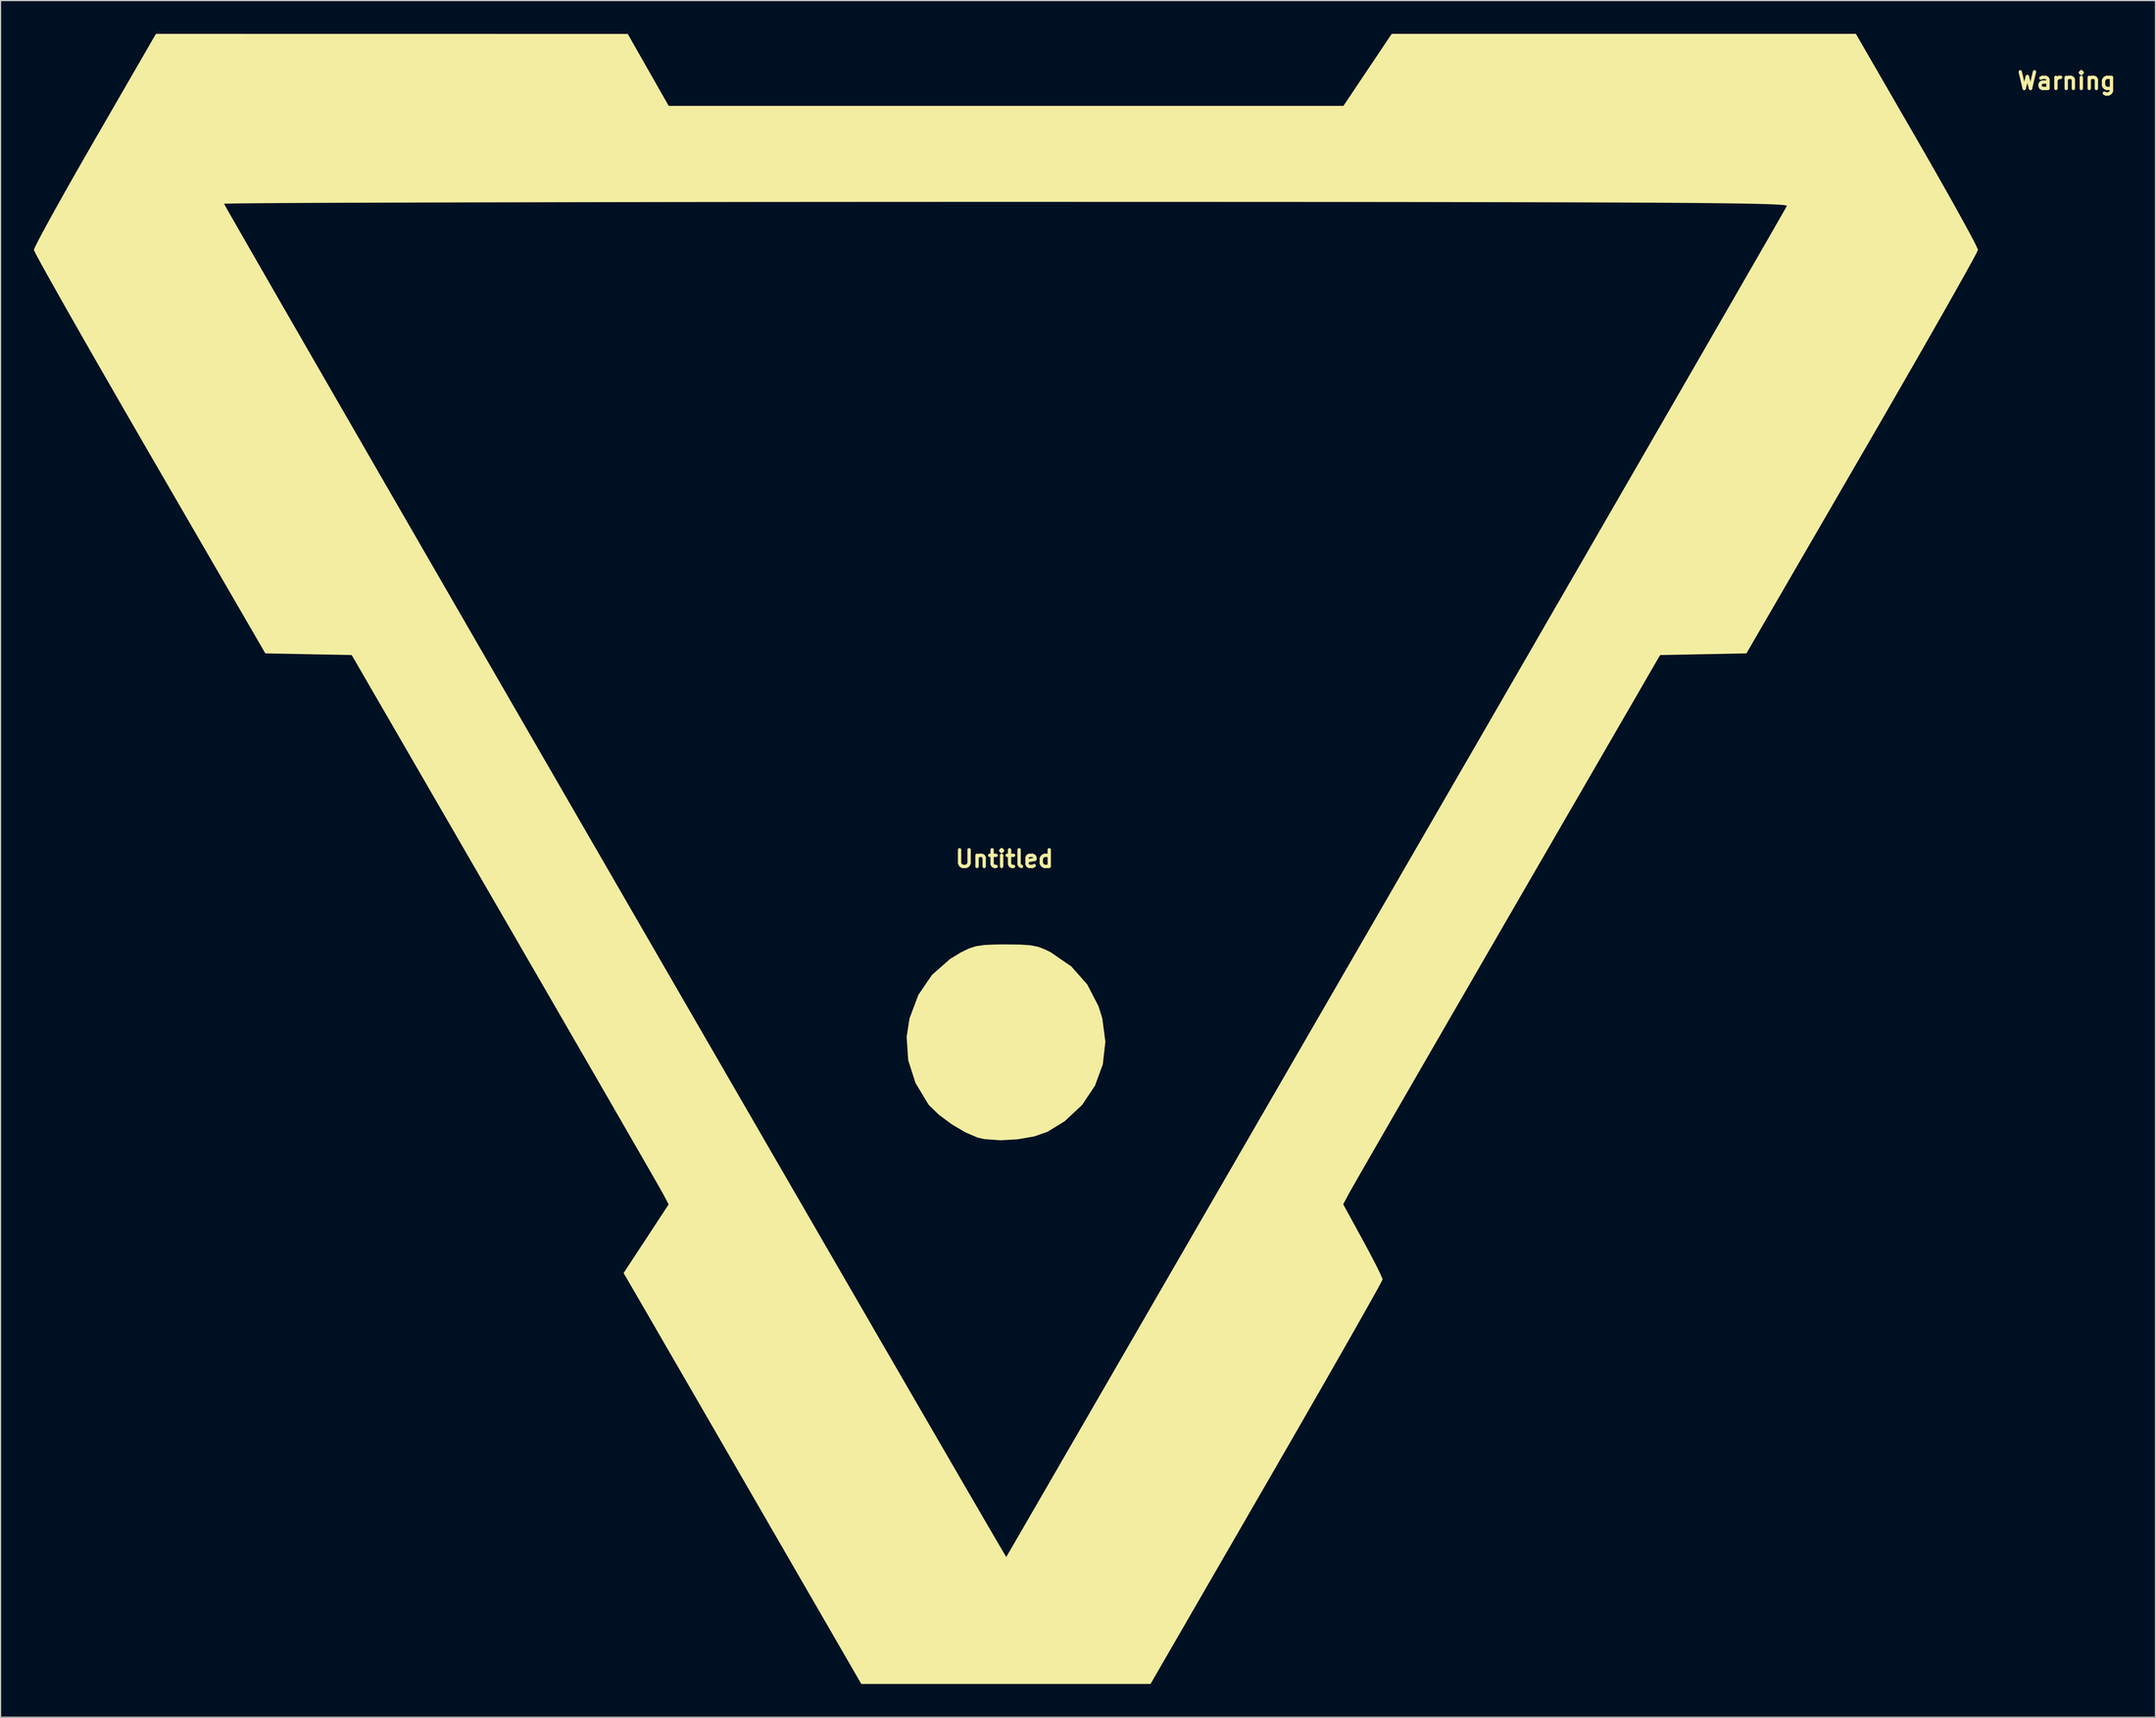
<source format=kicad_pcb>
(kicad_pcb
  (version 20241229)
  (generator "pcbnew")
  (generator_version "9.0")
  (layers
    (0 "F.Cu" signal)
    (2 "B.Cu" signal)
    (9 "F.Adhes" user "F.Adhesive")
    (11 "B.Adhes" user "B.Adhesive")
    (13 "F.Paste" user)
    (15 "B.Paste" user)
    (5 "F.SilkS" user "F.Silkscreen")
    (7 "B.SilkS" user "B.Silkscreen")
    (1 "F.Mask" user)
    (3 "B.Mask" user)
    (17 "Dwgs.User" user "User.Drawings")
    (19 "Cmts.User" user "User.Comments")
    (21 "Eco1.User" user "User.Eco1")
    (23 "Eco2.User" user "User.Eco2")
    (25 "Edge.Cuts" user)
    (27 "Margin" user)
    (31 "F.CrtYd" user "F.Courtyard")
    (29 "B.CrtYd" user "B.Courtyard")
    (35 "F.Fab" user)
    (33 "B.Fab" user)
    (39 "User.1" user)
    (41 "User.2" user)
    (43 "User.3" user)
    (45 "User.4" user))
  (footprint "Untitled"
    (layer "F.Cu")
    (at 87.378 74.309)
    (property "Reference" "Untitled" (at 0 0 0) (layer "F.SilkS") (effects (font (size 1.5 1.5) (thickness 0.3))))
    (attr board_only exclude_from_pos_files exclude_from_bom)
    (fp_poly (pts (xy 1.437 7.717) (xy 2.36 7.782) (xy 3.063 7.926) (xy 3.707 8.177) (xy 4.188 8.421) (xy 6.027 9.688) (xy 7.457 11.306) (xy 8.469 13.264) (xy 8.813 14.36) (xy 9.09 16.467) (xy 8.858 18.513) (xy 8.15 20.432) (xy 6.998 22.158) (xy 5.433 23.624) (xy 3.877 24.581) (xy 2.679 24.996) (xy 1.183 25.256) (xy -0.387 25.343) (xy -1.807 25.238) (xy -2.406 25.103) (xy -3.512 24.632) (xy -4.736 23.907) (xy -5.88 23.062) (xy -6.744 22.231) (xy -6.85 22.099) (xy -8.006 20.179) (xy -8.661 18.133) (xy -8.803 16.026) (xy -8.545 14.369) (xy -7.745 12.243) (xy -6.523 10.453) (xy -4.889 9.01) (xy -3.918 8.421) (xy -3.223 8.082) (xy -2.578 7.869) (xy -1.821 7.754) (xy -0.793 7.708) (xy 0.135 7.701)) (stroke (width 0) (type solid)) (fill yes) (layer "F.SilkS"))
    (fp_poly (pts (xy 82.161 -64.784) (xy 83.355 -62.707) (xy 84.459 -60.767) (xy 85.444 -59.015) (xy 86.282 -57.503) (xy 86.945 -56.282) (xy 87.404 -55.405) (xy 87.63 -54.923) (xy 87.649 -54.853) (xy 87.514 -54.56) (xy 87.128 -53.837) (xy 86.512 -52.72) (xy 85.686 -51.246) (xy 84.672 -49.452) (xy 83.49 -47.374) (xy 82.161 -45.05) (xy 80.706 -42.516) (xy 79.145 -39.808) (xy 77.501 -36.964) (xy 77.219 -36.479) (xy 66.804 -18.51) (xy 62.919 -18.435) (xy 59.034 -18.361) (xy 45.257 5.449) (xy 43.338 8.766) (xy 41.489 11.964) (xy 39.729 15.009) (xy 38.076 17.871) (xy 36.55 20.515) (xy 35.169 22.909) (xy 33.951 25.021) (xy 32.917 26.818) (xy 32.084 28.267) (xy 31.472 29.336) (xy 31.099 29.992) (xy 30.992 30.184) (xy 30.503 31.109) (xy 32.275 34.349) (xy 32.924 35.555) (xy 33.465 36.6) (xy 33.853 37.389) (xy 34.038 37.827) (xy 34.047 37.872) (xy 33.915 38.145) (xy 33.532 38.85) (xy 32.92 39.949) (xy 32.099 41.407) (xy 31.089 43.187) (xy 29.912 45.253) (xy 28.587 47.569) (xy 27.136 50.097) (xy 25.58 52.803) (xy 23.938 55.649) (xy 23.602 56.231) (xy 13.157 74.309) (xy 0.136 74.309) (xy -12.885 74.309) (xy -21.355 59.649) (xy -22.922 56.938) (xy -24.469 54.262) (xy -25.964 51.675) (xy -27.376 49.233) (xy -28.674 46.988) (xy -29.825 44.998) (xy -30.799 43.315) (xy -31.562 41.995) (xy -32.055 41.145) (xy -34.284 37.3) (xy -32.256 34.209) (xy -30.229 31.118) (xy -30.719 30.189) (xy -30.921 29.829) (xy -31.374 29.034) (xy -32.061 27.837) (xy -32.962 26.27) (xy -34.059 24.367) (xy -35.332 22.158) (xy -36.763 19.678) (xy -38.332 16.959) (xy -40.023 14.034) (xy -41.814 10.935) (xy -43.688 7.695) (xy -44.987 5.449) (xy -58.764 -18.361) (xy -62.652 -18.435) (xy -66.541 -18.51) (xy -76.952 -36.479) (xy -78.608 -39.342) (xy -80.183 -42.075) (xy -81.657 -44.641) (xy -83.008 -47.003) (xy -84.216 -49.124) (xy -85.259 -50.968) (xy -86.118 -52.498) (xy -86.77 -53.677) (xy -87.196 -54.468) (xy -87.374 -54.836) (xy -87.378 -54.853) (xy -87.25 -55.168) (xy -86.878 -55.899) (xy -86.291 -56.992) (xy -85.518 -58.398) (xy -85.177 -59.006) (xy -70.255 -59.006) (xy -70.122 -58.762) (xy -69.733 -58.075) (xy -69.1 -56.968) (xy -68.239 -55.464) (xy -67.161 -53.589) (xy -65.882 -51.364) (xy -64.415 -48.815) (xy -62.772 -45.964) (xy -60.969 -42.835) (xy -59.019 -39.452) (xy -56.935 -35.839) (xy -54.731 -32.019) (xy -52.421 -28.016) (xy -50.019 -23.853) (xy -47.537 -19.555) (xy -44.991 -15.145) (xy -42.393 -10.646) (xy -39.757 -6.082) (xy -37.096 -1.477) (xy -34.426 3.145) (xy -31.758 7.761) (xy -29.107 12.348) (xy -26.487 16.88) (xy -23.911 21.336) (xy -21.393 25.691) (xy -18.947 29.921) (xy -16.585 34.003) (xy -14.323 37.913) (xy -12.173 41.628) (xy -10.149 45.123) (xy -8.265 48.375) (xy -6.535 51.362) (xy -4.972 54.057) (xy -3.59 56.44) (xy -2.402 58.484) (xy -1.423 60.167) (xy -0.665 61.466) (xy -0.144 62.356) (xy 0.129 62.814) (xy 0.167 62.873) (xy 0.304 62.638) (xy 0.7 61.955) (xy 1.344 60.843) (xy 2.225 59.321) (xy 3.331 57.409) (xy 4.651 55.126) (xy 6.174 52.493) (xy 7.888 49.528) (xy 9.783 46.251) (xy 11.847 42.681) (xy 14.069 38.838) (xy 16.437 34.742) (xy 18.941 30.411) (xy 21.569 25.866) (xy 24.309 21.125) (xy 27.151 16.209) (xy 30.083 11.136) (xy 33.094 5.927) (xy 35.256 2.186) (xy 38.318 -3.112) (xy 41.31 -8.289) (xy 44.22 -13.325) (xy 47.037 -18.202) (xy 49.749 -22.899) (xy 52.346 -27.396) (xy 54.816 -31.675) (xy 57.148 -35.714) (xy 59.33 -39.496) (xy 61.351 -43) (xy 63.2 -46.207) (xy 64.865 -49.097) (xy 66.336 -51.65) (xy 67.6 -53.847) (xy 68.648 -55.668) (xy 69.466 -57.093) (xy 70.044 -58.104) (xy 70.371 -58.68) (xy 70.444 -58.814) (xy 70.389 -58.852) (xy 70.182 -58.888) (xy 69.805 -58.921) (xy 69.24 -58.952) (xy 68.47 -58.98) (xy 67.476 -59.005) (xy 66.241 -59.029) (xy 64.748 -59.05) (xy 62.979 -59.07) (xy 60.915 -59.087) (xy 58.539 -59.103) (xy 55.834 -59.116) (xy 52.781 -59.128) (xy 49.363 -59.139) (xy 45.562 -59.148) (xy 41.361 -59.155) (xy 36.741 -59.162) (xy 31.686 -59.167) (xy 26.176 -59.171) (xy 20.195 -59.173) (xy 13.724 -59.175) (xy 6.747 -59.176) (xy 0.164 -59.177) (xy -5.967 -59.176) (xy -11.955 -59.174) (xy -17.779 -59.171) (xy -23.415 -59.167) (xy -28.841 -59.161) (xy -34.035 -59.155) (xy -38.975 -59.148) (xy -43.638 -59.139) (xy -48.001 -59.13) (xy -52.043 -59.12) (xy -55.74 -59.109) (xy -59.071 -59.098) (xy -62.013 -59.086) (xy -64.543 -59.073) (xy -66.64 -59.06) (xy -68.28 -59.046) (xy -69.442 -59.032) (xy -70.102 -59.017) (xy -70.255 -59.006) (xy -85.177 -59.006) (xy -84.586 -60.063) (xy -83.525 -61.936) (xy -82.363 -63.966) (xy -81.891 -64.784) (xy -76.389 -74.309) (xy -55.15 -74.306) (xy -33.912 -74.304) (xy -32.069 -71.064) (xy -30.227 -67.823) (xy 0.148 -67.823) (xy 30.523 -67.823) (xy 32.696 -71.066) (xy 34.868 -74.309) (xy 55.764 -74.309) (xy 76.659 -74.309)) (stroke (width 0) (type solid)) (fill yes) (layer "F.SilkS")))
  (footprint "Warning"
    (layer "F.Cu")
    (at 183.011 4.238)
    (property "Reference" "Warning" (at 0 0 0) (layer "F.SilkS") (effects (font (size 1.5 1.5) (thickness 0.3))))
    (attr board_only exclude_from_pos_files exclude_from_bom)
    (fp_poly (pts (xy 0.082 0.44) (xy 0.135 0.444) (xy 0.175 0.452) (xy 0.211 0.466) (xy 0.239 0.48) (xy 0.344 0.553) (xy 0.425 0.645) (xy 0.483 0.757) (xy 0.503 0.819) (xy 0.518 0.939) (xy 0.505 1.056) (xy 0.465 1.165) (xy 0.399 1.264) (xy 0.31 1.348) (xy 0.221 1.402) (xy 0.153 1.426) (xy 0.067 1.441) (xy -0.022 1.446) (xy -0.103 1.44) (xy -0.137 1.432) (xy -0.2 1.405) (xy -0.27 1.364) (xy -0.335 1.315) (xy -0.385 1.268) (xy -0.391 1.26) (xy -0.457 1.151) (xy -0.494 1.034) (xy -0.502 0.914) (xy -0.487 0.82) (xy -0.442 0.698) (xy -0.372 0.596) (xy -0.279 0.514) (xy -0.223 0.48) (xy -0.184 0.461) (xy -0.147 0.449) (xy -0.104 0.442) (xy -0.045 0.44) (xy 0.008 0.439)) (stroke (width 0) (type solid)) (fill yes) (layer "F.Mask"))
    (fp_poly (pts (xy 4.686 -3.695) (xy 4.754 -3.577) (xy 4.817 -3.466) (xy 4.874 -3.366) (xy 4.921 -3.28) (xy 4.959 -3.21) (xy 4.985 -3.16) (xy 4.998 -3.133) (xy 4.999 -3.129) (xy 4.992 -3.112) (xy 4.97 -3.071) (xy 4.935 -3.007) (xy 4.887 -2.923) (xy 4.83 -2.821) (xy 4.762 -2.702) (xy 4.686 -2.57) (xy 4.603 -2.425) (xy 4.514 -2.271) (xy 4.421 -2.108) (xy 4.404 -2.081) (xy 3.81 -1.056) (xy 3.589 -1.052) (xy 3.367 -1.047) (xy 2.581 0.311) (xy 2.472 0.5) (xy 2.367 0.682) (xy 2.266 0.856) (xy 2.172 1.019) (xy 2.085 1.17) (xy 2.006 1.307) (xy 1.937 1.427) (xy 1.878 1.53) (xy 1.83 1.612) (xy 1.795 1.673) (xy 1.774 1.711) (xy 1.768 1.722) (xy 1.74 1.774) (xy 1.841 1.959) (xy 1.878 2.028) (xy 1.909 2.088) (xy 1.931 2.133) (xy 1.941 2.158) (xy 1.942 2.16) (xy 1.934 2.176) (xy 1.913 2.216) (xy 1.878 2.279) (xy 1.831 2.362) (xy 1.773 2.463) (xy 1.706 2.581) (xy 1.631 2.713) (xy 1.548 2.857) (xy 1.459 3.012) (xy 1.365 3.174) (xy 1.346 3.207) (xy 0.75 4.238) (xy 0.008 4.238) (xy -0.735 4.238) (xy -1.218 3.402) (xy -1.307 3.248) (xy -1.396 3.095) (xy -1.481 2.948) (xy -1.562 2.808) (xy -1.636 2.68) (xy -1.701 2.567) (xy -1.757 2.471) (xy -1.8 2.395) (xy -1.828 2.347) (xy -1.956 2.128) (xy -1.84 1.951) (xy -1.724 1.775) (xy -1.752 1.722) (xy -1.764 1.701) (xy -1.79 1.656) (xy -1.829 1.588) (xy -1.88 1.498) (xy -1.943 1.39) (xy -2.015 1.264) (xy -2.097 1.122) (xy -2.186 0.967) (xy -2.283 0.8) (xy -2.385 0.624) (xy -2.492 0.439) (xy -2.566 0.311) (xy -3.352 -1.047) (xy -3.574 -1.052) (xy -3.795 -1.056) (xy -4.389 -2.081) (xy -4.484 -2.244) (xy -4.574 -2.4) (xy -4.658 -2.546) (xy -4.735 -2.681) (xy -4.804 -2.802) (xy -4.863 -2.907) (xy -4.912 -2.994) (xy -4.949 -3.062) (xy -4.974 -3.107) (xy -4.984 -3.128) (xy -4.984 -3.129) (xy -4.977 -3.147) (xy -4.955 -3.188) (xy -4.922 -3.251) (xy -4.878 -3.331) (xy -4.858 -3.366) (xy -4.007 -3.366) (xy -4 -3.352) (xy -3.977 -3.313) (xy -3.941 -3.249) (xy -3.892 -3.164) (xy -3.831 -3.057) (xy -3.758 -2.93) (xy -3.674 -2.784) (xy -3.58 -2.622) (xy -3.478 -2.443) (xy -3.366 -2.25) (xy -3.248 -2.044) (xy -3.122 -1.826) (xy -2.99 -1.598) (xy -2.853 -1.361) (xy -2.711 -1.115) (xy -2.566 -0.864) (xy -2.418 -0.607) (xy -2.268 -0.347) (xy -2.116 -0.084) (xy -1.964 0.179) (xy -1.811 0.443) (xy -1.66 0.704) (xy -1.511 0.963) (xy -1.364 1.217) (xy -1.22 1.465) (xy -1.081 1.707) (xy -0.946 1.939) (xy -0.817 2.163) (xy -0.694 2.374) (xy -0.579 2.574) (xy -0.471 2.759) (xy -0.373 2.93) (xy -0.284 3.083) (xy -0.205 3.219) (xy -0.137 3.336) (xy -0.081 3.432) (xy -0.038 3.506) (xy -0.008 3.557) (xy 0.007 3.583) (xy 0.01 3.586) (xy 0.017 3.573) (xy 0.04 3.534) (xy 0.077 3.47) (xy 0.127 3.384) (xy 0.19 3.275) (xy 0.265 3.144) (xy 0.352 2.994) (xy 0.45 2.825) (xy 0.558 2.638) (xy 0.676 2.434) (xy 0.802 2.215) (xy 0.938 1.982) (xy 1.08 1.735) (xy 1.23 1.475) (xy 1.387 1.205) (xy 1.549 0.925) (xy 1.716 0.635) (xy 1.888 0.338) (xy 2.011 0.125) (xy 2.186 -0.177) (xy 2.356 -0.473) (xy 2.522 -0.76) (xy 2.683 -1.038) (xy 2.838 -1.306) (xy 2.986 -1.563) (xy 3.127 -1.807) (xy 3.26 -2.037) (xy 3.384 -2.253) (xy 3.499 -2.453) (xy 3.605 -2.636) (xy 3.7 -2.8) (xy 3.784 -2.946) (xy 3.856 -3.071) (xy 3.916 -3.175) (xy 3.962 -3.257) (xy 3.995 -3.314) (xy 4.014 -3.347) (xy 4.018 -3.355) (xy 4.015 -3.357) (xy 4.003 -3.359) (xy 3.982 -3.361) (xy 3.949 -3.363) (xy 3.905 -3.364) (xy 3.849 -3.366) (xy 3.778 -3.367) (xy 3.693 -3.368) (xy 3.592 -3.369) (xy 3.475 -3.37) (xy 3.339 -3.371) (xy 3.185 -3.372) (xy 3.011 -3.373) (xy 2.816 -3.373) (xy 2.599 -3.374) (xy 2.359 -3.374) (xy 2.096 -3.375) (xy 1.807 -3.375) (xy 1.493 -3.375) (xy 1.152 -3.375) (xy 0.783 -3.375) (xy 0.385 -3.375) (xy 0.009 -3.375) (xy -0.34 -3.375) (xy -0.682 -3.375) (xy -1.014 -3.375) (xy -1.336 -3.375) (xy -1.645 -3.374) (xy -1.941 -3.374) (xy -2.223 -3.374) (xy -2.489 -3.373) (xy -2.738 -3.373) (xy -2.968 -3.372) (xy -3.179 -3.372) (xy -3.369 -3.371) (xy -3.537 -3.37) (xy -3.681 -3.369) (xy -3.801 -3.369) (xy -3.895 -3.368) (xy -3.961 -3.367) (xy -3.999 -3.366) (xy -4.007 -3.366) (xy -4.858 -3.366) (xy -4.825 -3.426) (xy -4.764 -3.533) (xy -4.698 -3.649) (xy -4.671 -3.695) (xy -4.357 -4.238) (xy -3.146 -4.238) (xy -1.934 -4.238) (xy -1.829 -4.053) (xy -1.724 -3.869) (xy 0.008 -3.869) (xy 1.741 -3.869) (xy 1.865 -4.054) (xy 1.989 -4.238) (xy 3.181 -4.238) (xy 4.373 -4.238)) (stroke (width 0) (type solid)) (fill yes) (layer "F.Mask")))
  (gr_rect
    (start -3 -3)
    (end 191.01 151.617)
    (stroke (width 0.1) (type default))
    (fill no)
    (layer "Edge.Cuts")))
</source>
